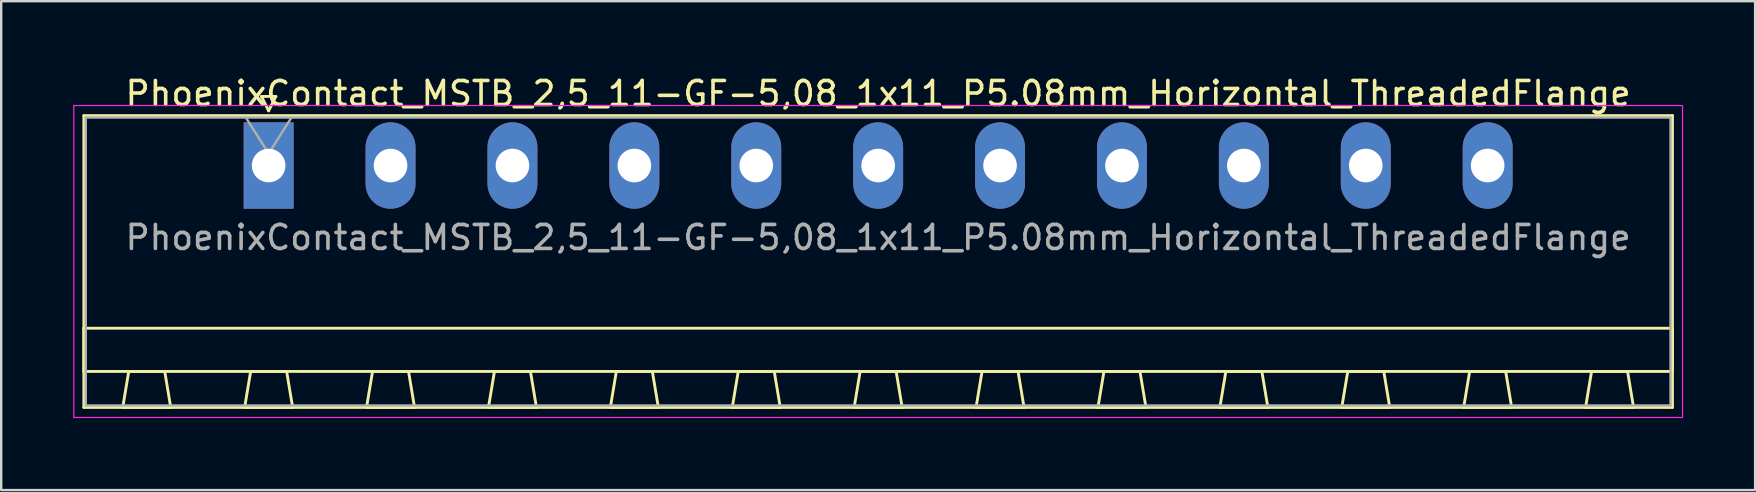
<source format=kicad_pcb>
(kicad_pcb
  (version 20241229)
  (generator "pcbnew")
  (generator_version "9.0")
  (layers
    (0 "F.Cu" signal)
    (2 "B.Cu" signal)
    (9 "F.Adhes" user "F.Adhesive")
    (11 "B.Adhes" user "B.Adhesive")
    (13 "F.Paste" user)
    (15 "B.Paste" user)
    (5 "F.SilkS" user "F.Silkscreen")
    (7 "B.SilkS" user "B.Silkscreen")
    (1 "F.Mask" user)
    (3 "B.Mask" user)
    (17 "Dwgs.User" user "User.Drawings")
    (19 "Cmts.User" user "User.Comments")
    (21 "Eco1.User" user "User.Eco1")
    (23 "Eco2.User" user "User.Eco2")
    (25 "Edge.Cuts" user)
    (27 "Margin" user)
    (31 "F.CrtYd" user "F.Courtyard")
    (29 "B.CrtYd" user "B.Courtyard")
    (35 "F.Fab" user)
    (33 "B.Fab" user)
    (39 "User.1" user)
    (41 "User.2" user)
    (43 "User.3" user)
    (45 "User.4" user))
  (footprint "PhoenixContact_MSTB_2,5_11-GF-5,08_1x11_P5.08mm_Horizontal_ThreadedFlange"
    (layer "F.Cu")
    (at 8.145 3.848)
    (property "Reference" "PhoenixContact_MSTB_2,5_11-GF-5,08_1x11_P5.08mm_Horizontal_ThreadedFlange" (at 25.4 -3 0) (layer "F.SilkS") (effects (font (size 1 1) (thickness 0.15))))
    (attr through_hole)
    (fp_line (start -7.7 -2.08) (end -7.7 10.08) (stroke (width 0.12) (type solid)) (layer "F.SilkS"))
    (fp_line (start -7.7 6.78) (end 58.5 6.78) (stroke (width 0.12) (type solid)) (layer "F.SilkS"))
    (fp_line (start -7.7 8.58) (end -7.7 6.78) (stroke (width 0.12) (type solid)) (layer "F.SilkS"))
    (fp_line (start -7.7 10.08) (end 58.5 10.08) (stroke (width 0.12) (type solid)) (layer "F.SilkS"))
    (fp_line (start -6.08 10.08) (end -4.08 10.08) (stroke (width 0.12) (type solid)) (layer "F.SilkS"))
    (fp_line (start -5.83 8.58) (end -6.08 10.08) (stroke (width 0.12) (type solid)) (layer "F.SilkS"))
    (fp_line (start -4.33 8.58) (end -5.83 8.58) (stroke (width 0.12) (type solid)) (layer "F.SilkS"))
    (fp_line (start -4.08 10.08) (end -4.33 8.58) (stroke (width 0.12) (type solid)) (layer "F.SilkS"))
    (fp_line (start -1 10.08) (end 1 10.08) (stroke (width 0.12) (type solid)) (layer "F.SilkS"))
    (fp_line (start -0.75 8.58) (end -1 10.08) (stroke (width 0.12) (type solid)) (layer "F.SilkS"))
    (fp_line (start -0.3 -2.88) (end 0.3 -2.88) (stroke (width 0.12) (type solid)) (layer "F.SilkS"))
    (fp_line (start 0 -2.28) (end -0.3 -2.88) (stroke (width 0.12) (type solid)) (layer "F.SilkS"))
    (fp_line (start 0.3 -2.88) (end 0 -2.28) (stroke (width 0.12) (type solid)) (layer "F.SilkS"))
    (fp_line (start 0.75 8.58) (end -0.75 8.58) (stroke (width 0.12) (type solid)) (layer "F.SilkS"))
    (fp_line (start 1 10.08) (end 0.75 8.58) (stroke (width 0.12) (type solid)) (layer "F.SilkS"))
    (fp_line (start 4.08 10.08) (end 6.08 10.08) (stroke (width 0.12) (type solid)) (layer "F.SilkS"))
    (fp_line (start 4.33 8.58) (end 4.08 10.08) (stroke (width 0.12) (type solid)) (layer "F.SilkS"))
    (fp_line (start 5.83 8.58) (end 4.33 8.58) (stroke (width 0.12) (type solid)) (layer "F.SilkS"))
    (fp_line (start 6.08 10.08) (end 5.83 8.58) (stroke (width 0.12) (type solid)) (layer "F.SilkS"))
    (fp_line (start 9.16 10.08) (end 11.16 10.08) (stroke (width 0.12) (type solid)) (layer "F.SilkS"))
    (fp_line (start 9.41 8.58) (end 9.16 10.08) (stroke (width 0.12) (type solid)) (layer "F.SilkS"))
    (fp_line (start 10.91 8.58) (end 9.41 8.58) (stroke (width 0.12) (type solid)) (layer "F.SilkS"))
    (fp_line (start 11.16 10.08) (end 10.91 8.58) (stroke (width 0.12) (type solid)) (layer "F.SilkS"))
    (fp_line (start 14.24 10.08) (end 16.24 10.08) (stroke (width 0.12) (type solid)) (layer "F.SilkS"))
    (fp_line (start 14.49 8.58) (end 14.24 10.08) (stroke (width 0.12) (type solid)) (layer "F.SilkS"))
    (fp_line (start 15.99 8.58) (end 14.49 8.58) (stroke (width 0.12) (type solid)) (layer "F.SilkS"))
    (fp_line (start 16.24 10.08) (end 15.99 8.58) (stroke (width 0.12) (type solid)) (layer "F.SilkS"))
    (fp_line (start 19.32 10.08) (end 21.32 10.08) (stroke (width 0.12) (type solid)) (layer "F.SilkS"))
    (fp_line (start 19.57 8.58) (end 19.32 10.08) (stroke (width 0.12) (type solid)) (layer "F.SilkS"))
    (fp_line (start 21.07 8.58) (end 19.57 8.58) (stroke (width 0.12) (type solid)) (layer "F.SilkS"))
    (fp_line (start 21.32 10.08) (end 21.07 8.58) (stroke (width 0.12) (type solid)) (layer "F.SilkS"))
    (fp_line (start 24.4 10.08) (end 26.4 10.08) (stroke (width 0.12) (type solid)) (layer "F.SilkS"))
    (fp_line (start 24.65 8.58) (end 24.4 10.08) (stroke (width 0.12) (type solid)) (layer "F.SilkS"))
    (fp_line (start 26.15 8.58) (end 24.65 8.58) (stroke (width 0.12) (type solid)) (layer "F.SilkS"))
    (fp_line (start 26.4 10.08) (end 26.15 8.58) (stroke (width 0.12) (type solid)) (layer "F.SilkS"))
    (fp_line (start 29.48 10.08) (end 31.48 10.08) (stroke (width 0.12) (type solid)) (layer "F.SilkS"))
    (fp_line (start 29.73 8.58) (end 29.48 10.08) (stroke (width 0.12) (type solid)) (layer "F.SilkS"))
    (fp_line (start 31.23 8.58) (end 29.73 8.58) (stroke (width 0.12) (type solid)) (layer "F.SilkS"))
    (fp_line (start 31.48 10.08) (end 31.23 8.58) (stroke (width 0.12) (type solid)) (layer "F.SilkS"))
    (fp_line (start 34.56 10.08) (end 36.56 10.08) (stroke (width 0.12) (type solid)) (layer "F.SilkS"))
    (fp_line (start 34.81 8.58) (end 34.56 10.08) (stroke (width 0.12) (type solid)) (layer "F.SilkS"))
    (fp_line (start 36.31 8.58) (end 34.81 8.58) (stroke (width 0.12) (type solid)) (layer "F.SilkS"))
    (fp_line (start 36.56 10.08) (end 36.31 8.58) (stroke (width 0.12) (type solid)) (layer "F.SilkS"))
    (fp_line (start 39.64 10.08) (end 41.64 10.08) (stroke (width 0.12) (type solid)) (layer "F.SilkS"))
    (fp_line (start 39.89 8.58) (end 39.64 10.08) (stroke (width 0.12) (type solid)) (layer "F.SilkS"))
    (fp_line (start 41.39 8.58) (end 39.89 8.58) (stroke (width 0.12) (type solid)) (layer "F.SilkS"))
    (fp_line (start 41.64 10.08) (end 41.39 8.58) (stroke (width 0.12) (type solid)) (layer "F.SilkS"))
    (fp_line (start 44.72 10.08) (end 46.72 10.08) (stroke (width 0.12) (type solid)) (layer "F.SilkS"))
    (fp_line (start 44.97 8.58) (end 44.72 10.08) (stroke (width 0.12) (type solid)) (layer "F.SilkS"))
    (fp_line (start 46.47 8.58) (end 44.97 8.58) (stroke (width 0.12) (type solid)) (layer "F.SilkS"))
    (fp_line (start 46.72 10.08) (end 46.47 8.58) (stroke (width 0.12) (type solid)) (layer "F.SilkS"))
    (fp_line (start 49.8 10.08) (end 51.8 10.08) (stroke (width 0.12) (type solid)) (layer "F.SilkS"))
    (fp_line (start 50.05 8.58) (end 49.8 10.08) (stroke (width 0.12) (type solid)) (layer "F.SilkS"))
    (fp_line (start 51.55 8.58) (end 50.05 8.58) (stroke (width 0.12) (type solid)) (layer "F.SilkS"))
    (fp_line (start 51.8 10.08) (end 51.55 8.58) (stroke (width 0.12) (type solid)) (layer "F.SilkS"))
    (fp_line (start 54.88 10.08) (end 56.88 10.08) (stroke (width 0.12) (type solid)) (layer "F.SilkS"))
    (fp_line (start 55.13 8.58) (end 54.88 10.08) (stroke (width 0.12) (type solid)) (layer "F.SilkS"))
    (fp_line (start 56.63 8.58) (end 55.13 8.58) (stroke (width 0.12) (type solid)) (layer "F.SilkS"))
    (fp_line (start 56.88 10.08) (end 56.63 8.58) (stroke (width 0.12) (type solid)) (layer "F.SilkS"))
    (fp_line (start 58.5 -2.08) (end -7.7 -2.08) (stroke (width 0.12) (type solid)) (layer "F.SilkS"))
    (fp_line (start 58.5 6.78) (end 58.5 8.58) (stroke (width 0.12) (type solid)) (layer "F.SilkS"))
    (fp_line (start 58.5 8.58) (end -7.7 8.58) (stroke (width 0.12) (type solid)) (layer "F.SilkS"))
    (fp_line (start 58.5 10.08) (end 58.5 -2.08) (stroke (width 0.12) (type solid)) (layer "F.SilkS"))
    (fp_line (start -8.12 -2.5) (end -8.12 10.5) (stroke (width 0.05) (type solid)) (layer "F.CrtYd"))
    (fp_line (start -8.12 10.5) (end 58.92 10.5) (stroke (width 0.05) (type solid)) (layer "F.CrtYd"))
    (fp_line (start 58.92 -2.5) (end -8.12 -2.5) (stroke (width 0.05) (type solid)) (layer "F.CrtYd"))
    (fp_line (start 58.92 10.5) (end 58.92 -2.5) (stroke (width 0.05) (type solid)) (layer "F.CrtYd"))
    (fp_line (start -7.62 -2) (end -7.62 10) (stroke (width 0.1) (type solid)) (layer "F.Fab"))
    (fp_line (start -7.62 10) (end 58.42 10) (stroke (width 0.1) (type solid)) (layer "F.Fab"))
    (fp_line (start 0 -0.5) (end -0.95 -2) (stroke (width 0.1) (type solid)) (layer "F.Fab"))
    (fp_line (start 0.95 -2) (end 0 -0.5) (stroke (width 0.1) (type solid)) (layer "F.Fab"))
    (fp_line (start 58.42 -2) (end -7.62 -2) (stroke (width 0.1) (type solid)) (layer "F.Fab"))
    (fp_line (start 58.42 10) (end 58.42 -2) (stroke (width 0.1) (type solid)) (layer "F.Fab"))
    (fp_text user "${REFERENCE}" (at 25.4 3 0) (layer "F.Fab") (effects (font (size 1 1) (thickness 0.15))))
    (pad "1" thru_hole rect (at 0 0) (size 2.08 3.6) (drill 1.4) (layers "*.Cu" "*.Mask"))
    (pad "2" thru_hole oval (at 5.08 0) (size 2.08 3.6) (drill 1.4) (layers "*.Cu" "*.Mask"))
    (pad "3" thru_hole oval (at 10.16 0) (size 2.08 3.6) (drill 1.4) (layers "*.Cu" "*.Mask"))
    (pad "4" thru_hole oval (at 15.24 0) (size 2.08 3.6) (drill 1.4) (layers "*.Cu" "*.Mask"))
    (pad "5" thru_hole oval (at 20.32 0) (size 2.08 3.6) (drill 1.4) (layers "*.Cu" "*.Mask"))
    (pad "6" thru_hole oval (at 25.4 0) (size 2.08 3.6) (drill 1.4) (layers "*.Cu" "*.Mask"))
    (pad "7" thru_hole oval (at 30.48 0) (size 2.08 3.6) (drill 1.4) (layers "*.Cu" "*.Mask"))
    (pad "8" thru_hole oval (at 35.56 0) (size 2.08 3.6) (drill 1.4) (layers "*.Cu" "*.Mask"))
    (pad "9" thru_hole oval (at 40.64 0) (size 2.08 3.6) (drill 1.4) (layers "*.Cu" "*.Mask"))
    (pad "10" thru_hole oval (at 45.72 0) (size 2.08 3.6) (drill 1.4) (layers "*.Cu" "*.Mask"))
    (pad "11" thru_hole oval (at 50.8 0) (size 2.08 3.6) (drill 1.4) (layers "*.Cu" "*.Mask")))
  (gr_rect
    (start -3 -3)
    (end 70.09 17.373)
    (stroke (width 0.1) (type default))
    (fill no)
    (layer "Edge.Cuts")))
</source>
